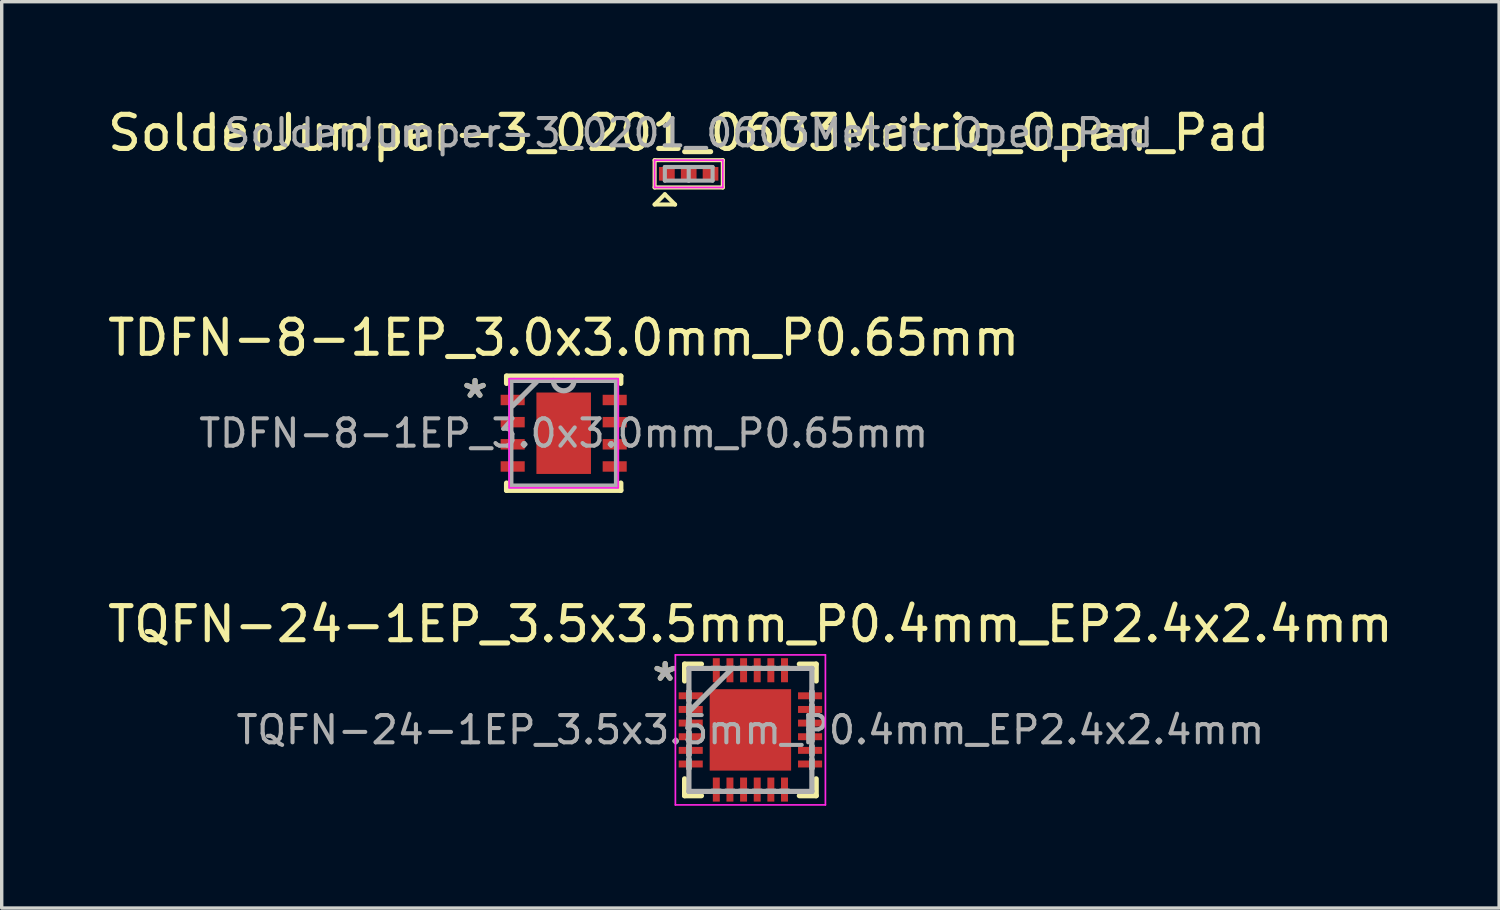
<source format=kicad_pcb>
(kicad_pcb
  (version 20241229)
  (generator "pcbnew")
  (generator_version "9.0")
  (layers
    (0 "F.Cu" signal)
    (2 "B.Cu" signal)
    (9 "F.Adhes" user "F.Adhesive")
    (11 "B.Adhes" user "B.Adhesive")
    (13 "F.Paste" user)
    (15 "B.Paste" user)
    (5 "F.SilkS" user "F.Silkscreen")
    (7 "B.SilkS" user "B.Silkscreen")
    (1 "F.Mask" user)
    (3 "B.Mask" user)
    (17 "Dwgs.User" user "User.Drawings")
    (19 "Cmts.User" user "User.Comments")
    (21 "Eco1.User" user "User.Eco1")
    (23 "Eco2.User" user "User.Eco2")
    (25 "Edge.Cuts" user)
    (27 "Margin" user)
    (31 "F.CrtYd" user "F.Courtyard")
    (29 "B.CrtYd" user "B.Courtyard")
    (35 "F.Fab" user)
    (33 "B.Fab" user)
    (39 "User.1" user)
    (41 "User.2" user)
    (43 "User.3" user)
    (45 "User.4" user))
  (footprint "SolderJumper-3_0201_0603Metric_Open_Pad"
    (layer "F.Cu")
    (at 17.149 2.048)
    (property "Reference" "SolderJumper-3_0201_0603Metric_Open_Pad" (at 0 -1.2 0) (layer "F.SilkS") (effects (font (size 1 1) (thickness 0.15))))
    (attr smd)
    (fp_line (start -1 -0.4) (end 1 -0.4) (stroke (width 0.12) (type solid)) (layer "F.SilkS"))
    (fp_line (start -1 0.4) (end -1 -0.4) (stroke (width 0.12) (type solid)) (layer "F.SilkS"))
    (fp_line (start -1 0.9) (end -0.4 0.9) (stroke (width 0.12) (type solid)) (layer "F.SilkS"))
    (fp_line (start -0.7 0.6) (end -1 0.9) (stroke (width 0.12) (type solid)) (layer "F.SilkS"))
    (fp_line (start -0.7 0.6) (end -0.4 0.9) (stroke (width 0.12) (type solid)) (layer "F.SilkS"))
    (fp_line (start 1 -0.4) (end 1 0.4) (stroke (width 0.12) (type solid)) (layer "F.SilkS"))
    (fp_line (start 1 0.4) (end -1 0.4) (stroke (width 0.12) (type solid)) (layer "F.SilkS"))
    (fp_line (start -1 -0.4) (end -1 0.4) (stroke (width 0.05) (type solid)) (layer "F.CrtYd"))
    (fp_line (start -1 -0.4) (end 1 -0.4) (stroke (width 0.05) (type solid)) (layer "F.CrtYd"))
    (fp_line (start 1 0.4) (end -1 0.4) (stroke (width 0.05) (type solid)) (layer "F.CrtYd"))
    (fp_line (start 1 0.4) (end 1 -0.4) (stroke (width 0.05) (type solid)) (layer "F.CrtYd"))
    (fp_line (start -0.7 -0.2) (end -0.7 0.2) (stroke (width 0.12) (type solid)) (layer "F.Fab"))
    (fp_line (start -0.7 0.2) (end 0 0.2) (stroke (width 0.12) (type solid)) (layer "F.Fab"))
    (fp_line (start 0 -0.2) (end -0.7 -0.2) (stroke (width 0.12) (type solid)) (layer "F.Fab"))
    (fp_line (start 0 -0.2) (end 0.7 -0.2) (stroke (width 0.12) (type solid)) (layer "F.Fab"))
    (fp_line (start 0 0.2) (end 0 -0.2) (stroke (width 0.12) (type solid)) (layer "F.Fab"))
    (fp_line (start 0.7 -0.2) (end 0.7 0.2) (stroke (width 0.12) (type solid)) (layer "F.Fab"))
    (fp_line (start 0.7 0.2) (end 0 0.2) (stroke (width 0.12) (type solid)) (layer "F.Fab"))
    (fp_text user "${REFERENCE}" (at 0 -1.2 0) (layer "F.Fab") (effects (font (size 0.8 0.8) (thickness 0.12))))
    (pad "1" smd rect (at -0.64 0) (size 0.46 0.4) (layers "F.Cu" "F.Mask" "F.Paste"))
    (pad "2" smd rect (at 0 0) (size 0.46 0.4) (layers "F.Cu" "F.Mask" "F.Paste"))
    (pad "3" smd rect (at 0.64 0) (size 0.46 0.4) (layers "F.Cu" "F.Mask" "F.Paste")))
  (footprint "TQFN-24-1EP_3.5x3.5mm_P0.4mm_EP2.4x2.4mm"
    (layer "F.Cu")
    (at 18.958 18.357)
    (property "Reference" "TQFN-24-1EP_3.5x3.5mm_P0.4mm_EP2.4x2.4mm" (at 0 -3.1 0) (layer "F.SilkS") (effects (font (size 1 1) (thickness 0.15))))
    (attr smd)
    (fp_line (start -1.93 -1.93) (end -1.93 -1.435) (stroke (width 0.152) (type solid)) (layer "F.SilkS"))
    (fp_line (start -1.93 1.435) (end -1.93 1.93) (stroke (width 0.152) (type solid)) (layer "F.SilkS"))
    (fp_line (start -1.93 1.93) (end -1.435 1.93) (stroke (width 0.152) (type solid)) (layer "F.SilkS"))
    (fp_line (start -1.435 -1.93) (end -1.93 -1.93) (stroke (width 0.152) (type solid)) (layer "F.SilkS"))
    (fp_line (start 1.435 1.93) (end 1.93 1.93) (stroke (width 0.152) (type solid)) (layer "F.SilkS"))
    (fp_line (start 1.93 -1.93) (end 1.435 -1.93) (stroke (width 0.152) (type solid)) (layer "F.SilkS"))
    (fp_line (start 1.93 -1.435) (end 1.93 -1.93) (stroke (width 0.152) (type solid)) (layer "F.SilkS"))
    (fp_line (start 1.93 1.93) (end 1.93 1.435) (stroke (width 0.152) (type solid)) (layer "F.SilkS"))
    (fp_line (start -2.2 -2.2) (end 2.2 -2.2) (stroke (width 0.05) (type solid)) (layer "F.CrtYd"))
    (fp_line (start -2.2 2.2) (end -2.2 -2.2) (stroke (width 0.05) (type solid)) (layer "F.CrtYd"))
    (fp_line (start 2.2 -2.2) (end 2.2 2.2) (stroke (width 0.05) (type solid)) (layer "F.CrtYd"))
    (fp_line (start 2.2 2.2) (end -2.2 2.2) (stroke (width 0.05) (type solid)) (layer "F.CrtYd"))
    (fp_line (start -1.803 -1.803) (end -1.803 -1.803) (stroke (width 0.152) (type solid)) (layer "F.Fab"))
    (fp_line (start -1.803 -1.803) (end -1.803 1.803) (stroke (width 0.152) (type solid)) (layer "F.Fab"))
    (fp_line (start -1.803 -1.127) (end -1.803 -1.127) (stroke (width 0.152) (type solid)) (layer "F.Fab"))
    (fp_line (start -1.803 -1.127) (end -1.803 -0.873) (stroke (width 0.152) (type solid)) (layer "F.Fab"))
    (fp_line (start -1.803 -0.873) (end -1.803 -1.127) (stroke (width 0.152) (type solid)) (layer "F.Fab"))
    (fp_line (start -1.803 -0.873) (end -1.803 -0.873) (stroke (width 0.152) (type solid)) (layer "F.Fab"))
    (fp_line (start -1.803 -0.727) (end -1.803 -0.727) (stroke (width 0.152) (type solid)) (layer "F.Fab"))
    (fp_line (start -1.803 -0.727) (end -1.803 -0.473) (stroke (width 0.152) (type solid)) (layer "F.Fab"))
    (fp_line (start -1.803 -0.533) (end -0.533 -1.803) (stroke (width 0.152) (type solid)) (layer "F.Fab"))
    (fp_line (start -1.803 -0.473) (end -1.803 -0.727) (stroke (width 0.152) (type solid)) (layer "F.Fab"))
    (fp_line (start -1.803 -0.473) (end -1.803 -0.473) (stroke (width 0.152) (type solid)) (layer "F.Fab"))
    (fp_line (start -1.803 -0.327) (end -1.803 -0.327) (stroke (width 0.152) (type solid)) (layer "F.Fab"))
    (fp_line (start -1.803 -0.327) (end -1.803 -0.073) (stroke (width 0.152) (type solid)) (layer "F.Fab"))
    (fp_line (start -1.803 -0.073) (end -1.803 -0.327) (stroke (width 0.152) (type solid)) (layer "F.Fab"))
    (fp_line (start -1.803 -0.073) (end -1.803 -0.073) (stroke (width 0.152) (type solid)) (layer "F.Fab"))
    (fp_line (start -1.803 0.073) (end -1.803 0.073) (stroke (width 0.152) (type solid)) (layer "F.Fab"))
    (fp_line (start -1.803 0.073) (end -1.803 0.327) (stroke (width 0.152) (type solid)) (layer "F.Fab"))
    (fp_line (start -1.803 0.327) (end -1.803 0.073) (stroke (width 0.152) (type solid)) (layer "F.Fab"))
    (fp_line (start -1.803 0.327) (end -1.803 0.327) (stroke (width 0.152) (type solid)) (layer "F.Fab"))
    (fp_line (start -1.803 0.473) (end -1.803 0.473) (stroke (width 0.152) (type solid)) (layer "F.Fab"))
    (fp_line (start -1.803 0.473) (end -1.803 0.727) (stroke (width 0.152) (type solid)) (layer "F.Fab"))
    (fp_line (start -1.803 0.727) (end -1.803 0.473) (stroke (width 0.152) (type solid)) (layer "F.Fab"))
    (fp_line (start -1.803 0.727) (end -1.803 0.727) (stroke (width 0.152) (type solid)) (layer "F.Fab"))
    (fp_line (start -1.803 0.873) (end -1.803 0.873) (stroke (width 0.152) (type solid)) (layer "F.Fab"))
    (fp_line (start -1.803 0.873) (end -1.803 1.127) (stroke (width 0.152) (type solid)) (layer "F.Fab"))
    (fp_line (start -1.803 1.127) (end -1.803 0.873) (stroke (width 0.152) (type solid)) (layer "F.Fab"))
    (fp_line (start -1.803 1.127) (end -1.803 1.127) (stroke (width 0.152) (type solid)) (layer "F.Fab"))
    (fp_line (start -1.803 1.803) (end -1.803 1.803) (stroke (width 0.152) (type solid)) (layer "F.Fab"))
    (fp_line (start -1.803 1.803) (end 1.803 1.803) (stroke (width 0.152) (type solid)) (layer "F.Fab"))
    (fp_line (start -1.127 -1.803) (end -1.127 -1.803) (stroke (width 0.152) (type solid)) (layer "F.Fab"))
    (fp_line (start -1.127 -1.803) (end -0.873 -1.803) (stroke (width 0.152) (type solid)) (layer "F.Fab"))
    (fp_line (start -1.127 1.803) (end -1.127 1.803) (stroke (width 0.152) (type solid)) (layer "F.Fab"))
    (fp_line (start -1.127 1.803) (end -0.873 1.803) (stroke (width 0.152) (type solid)) (layer "F.Fab"))
    (fp_line (start -0.873 -1.803) (end -1.127 -1.803) (stroke (width 0.152) (type solid)) (layer "F.Fab"))
    (fp_line (start -0.873 -1.803) (end -0.873 -1.803) (stroke (width 0.152) (type solid)) (layer "F.Fab"))
    (fp_line (start -0.873 1.803) (end -1.127 1.803) (stroke (width 0.152) (type solid)) (layer "F.Fab"))
    (fp_line (start -0.873 1.803) (end -0.873 1.803) (stroke (width 0.152) (type solid)) (layer "F.Fab"))
    (fp_line (start -0.727 -1.803) (end -0.727 -1.803) (stroke (width 0.152) (type solid)) (layer "F.Fab"))
    (fp_line (start -0.727 -1.803) (end -0.473 -1.803) (stroke (width 0.152) (type solid)) (layer "F.Fab"))
    (fp_line (start -0.727 1.803) (end -0.727 1.803) (stroke (width 0.152) (type solid)) (layer "F.Fab"))
    (fp_line (start -0.727 1.803) (end -0.473 1.803) (stroke (width 0.152) (type solid)) (layer "F.Fab"))
    (fp_line (start -0.473 -1.803) (end -0.727 -1.803) (stroke (width 0.152) (type solid)) (layer "F.Fab"))
    (fp_line (start -0.473 -1.803) (end -0.473 -1.803) (stroke (width 0.152) (type solid)) (layer "F.Fab"))
    (fp_line (start -0.473 1.803) (end -0.727 1.803) (stroke (width 0.152) (type solid)) (layer "F.Fab"))
    (fp_line (start -0.473 1.803) (end -0.473 1.803) (stroke (width 0.152) (type solid)) (layer "F.Fab"))
    (fp_line (start -0.327 -1.803) (end -0.327 -1.803) (stroke (width 0.152) (type solid)) (layer "F.Fab"))
    (fp_line (start -0.327 -1.803) (end -0.073 -1.803) (stroke (width 0.152) (type solid)) (layer "F.Fab"))
    (fp_line (start -0.327 1.803) (end -0.327 1.803) (stroke (width 0.152) (type solid)) (layer "F.Fab"))
    (fp_line (start -0.327 1.803) (end -0.073 1.803) (stroke (width 0.152) (type solid)) (layer "F.Fab"))
    (fp_line (start -0.073 -1.803) (end -0.327 -1.803) (stroke (width 0.152) (type solid)) (layer "F.Fab"))
    (fp_line (start -0.073 -1.803) (end -0.073 -1.803) (stroke (width 0.152) (type solid)) (layer "F.Fab"))
    (fp_line (start -0.073 1.803) (end -0.327 1.803) (stroke (width 0.152) (type solid)) (layer "F.Fab"))
    (fp_line (start -0.073 1.803) (end -0.073 1.803) (stroke (width 0.152) (type solid)) (layer "F.Fab"))
    (fp_line (start 0.073 -1.803) (end 0.073 -1.803) (stroke (width 0.152) (type solid)) (layer "F.Fab"))
    (fp_line (start 0.073 -1.803) (end 0.327 -1.803) (stroke (width 0.152) (type solid)) (layer "F.Fab"))
    (fp_line (start 0.073 1.803) (end 0.073 1.803) (stroke (width 0.152) (type solid)) (layer "F.Fab"))
    (fp_line (start 0.073 1.803) (end 0.327 1.803) (stroke (width 0.152) (type solid)) (layer "F.Fab"))
    (fp_line (start 0.327 -1.803) (end 0.073 -1.803) (stroke (width 0.152) (type solid)) (layer "F.Fab"))
    (fp_line (start 0.327 -1.803) (end 0.327 -1.803) (stroke (width 0.152) (type solid)) (layer "F.Fab"))
    (fp_line (start 0.327 1.803) (end 0.073 1.803) (stroke (width 0.152) (type solid)) (layer "F.Fab"))
    (fp_line (start 0.327 1.803) (end 0.327 1.803) (stroke (width 0.152) (type solid)) (layer "F.Fab"))
    (fp_line (start 0.473 -1.803) (end 0.473 -1.803) (stroke (width 0.152) (type solid)) (layer "F.Fab"))
    (fp_line (start 0.473 -1.803) (end 0.727 -1.803) (stroke (width 0.152) (type solid)) (layer "F.Fab"))
    (fp_line (start 0.473 1.803) (end 0.473 1.803) (stroke (width 0.152) (type solid)) (layer "F.Fab"))
    (fp_line (start 0.473 1.803) (end 0.727 1.803) (stroke (width 0.152) (type solid)) (layer "F.Fab"))
    (fp_line (start 0.727 -1.803) (end 0.473 -1.803) (stroke (width 0.152) (type solid)) (layer "F.Fab"))
    (fp_line (start 0.727 -1.803) (end 0.727 -1.803) (stroke (width 0.152) (type solid)) (layer "F.Fab"))
    (fp_line (start 0.727 1.803) (end 0.473 1.803) (stroke (width 0.152) (type solid)) (layer "F.Fab"))
    (fp_line (start 0.727 1.803) (end 0.727 1.803) (stroke (width 0.152) (type solid)) (layer "F.Fab"))
    (fp_line (start 0.873 -1.803) (end 0.873 -1.803) (stroke (width 0.152) (type solid)) (layer "F.Fab"))
    (fp_line (start 0.873 -1.803) (end 1.127 -1.803) (stroke (width 0.152) (type solid)) (layer "F.Fab"))
    (fp_line (start 0.873 1.803) (end 0.873 1.803) (stroke (width 0.152) (type solid)) (layer "F.Fab"))
    (fp_line (start 0.873 1.803) (end 1.127 1.803) (stroke (width 0.152) (type solid)) (layer "F.Fab"))
    (fp_line (start 1.127 -1.803) (end 0.873 -1.803) (stroke (width 0.152) (type solid)) (layer "F.Fab"))
    (fp_line (start 1.127 -1.803) (end 1.127 -1.803) (stroke (width 0.152) (type solid)) (layer "F.Fab"))
    (fp_line (start 1.127 1.803) (end 0.873 1.803) (stroke (width 0.152) (type solid)) (layer "F.Fab"))
    (fp_line (start 1.127 1.803) (end 1.127 1.803) (stroke (width 0.152) (type solid)) (layer "F.Fab"))
    (fp_line (start 1.803 -1.803) (end -1.803 -1.803) (stroke (width 0.152) (type solid)) (layer "F.Fab"))
    (fp_line (start 1.803 -1.803) (end 1.803 -1.803) (stroke (width 0.152) (type solid)) (layer "F.Fab"))
    (fp_line (start 1.803 -1.127) (end 1.803 -1.127) (stroke (width 0.152) (type solid)) (layer "F.Fab"))
    (fp_line (start 1.803 -1.127) (end 1.803 -0.873) (stroke (width 0.152) (type solid)) (layer "F.Fab"))
    (fp_line (start 1.803 -0.873) (end 1.803 -1.127) (stroke (width 0.152) (type solid)) (layer "F.Fab"))
    (fp_line (start 1.803 -0.873) (end 1.803 -0.873) (stroke (width 0.152) (type solid)) (layer "F.Fab"))
    (fp_line (start 1.803 -0.727) (end 1.803 -0.727) (stroke (width 0.152) (type solid)) (layer "F.Fab"))
    (fp_line (start 1.803 -0.727) (end 1.803 -0.473) (stroke (width 0.152) (type solid)) (layer "F.Fab"))
    (fp_line (start 1.803 -0.473) (end 1.803 -0.727) (stroke (width 0.152) (type solid)) (layer "F.Fab"))
    (fp_line (start 1.803 -0.473) (end 1.803 -0.473) (stroke (width 0.152) (type solid)) (layer "F.Fab"))
    (fp_line (start 1.803 -0.327) (end 1.803 -0.327) (stroke (width 0.152) (type solid)) (layer "F.Fab"))
    (fp_line (start 1.803 -0.327) (end 1.803 -0.073) (stroke (width 0.152) (type solid)) (layer "F.Fab"))
    (fp_line (start 1.803 -0.073) (end 1.803 -0.327) (stroke (width 0.152) (type solid)) (layer "F.Fab"))
    (fp_line (start 1.803 -0.073) (end 1.803 -0.073) (stroke (width 0.152) (type solid)) (layer "F.Fab"))
    (fp_line (start 1.803 0.073) (end 1.803 0.073) (stroke (width 0.152) (type solid)) (layer "F.Fab"))
    (fp_line (start 1.803 0.073) (end 1.803 0.327) (stroke (width 0.152) (type solid)) (layer "F.Fab"))
    (fp_line (start 1.803 0.327) (end 1.803 0.073) (stroke (width 0.152) (type solid)) (layer "F.Fab"))
    (fp_line (start 1.803 0.327) (end 1.803 0.327) (stroke (width 0.152) (type solid)) (layer "F.Fab"))
    (fp_line (start 1.803 0.473) (end 1.803 0.473) (stroke (width 0.152) (type solid)) (layer "F.Fab"))
    (fp_line (start 1.803 0.473) (end 1.803 0.727) (stroke (width 0.152) (type solid)) (layer "F.Fab"))
    (fp_line (start 1.803 0.727) (end 1.803 0.473) (stroke (width 0.152) (type solid)) (layer "F.Fab"))
    (fp_line (start 1.803 0.727) (end 1.803 0.727) (stroke (width 0.152) (type solid)) (layer "F.Fab"))
    (fp_line (start 1.803 0.873) (end 1.803 0.873) (stroke (width 0.152) (type solid)) (layer "F.Fab"))
    (fp_line (start 1.803 0.873) (end 1.803 1.127) (stroke (width 0.152) (type solid)) (layer "F.Fab"))
    (fp_line (start 1.803 1.127) (end 1.803 0.873) (stroke (width 0.152) (type solid)) (layer "F.Fab"))
    (fp_line (start 1.803 1.127) (end 1.803 1.127) (stroke (width 0.152) (type solid)) (layer "F.Fab"))
    (fp_line (start 1.803 1.803) (end 1.803 -1.803) (stroke (width 0.152) (type solid)) (layer "F.Fab"))
    (fp_line (start 1.803 1.803) (end 1.803 1.803) (stroke (width 0.152) (type solid)) (layer "F.Fab"))
    (fp_text user "*" (at -2.5 -1.4 0) (layer "F.SilkS") (effects (font (size 1 1) (thickness 0.15))))
    (fp_text user "${REFERENCE}" (at 0 0 0) (layer "F.Fab") (effects (font (size 0.8 0.8) (thickness 0.12))))
    (fp_text user "*" (at -2.5 -1.4 0) (layer "F.Fab") (effects (font (size 1 1) (thickness 0.15))))
    (pad "1" smd rect (at -1.75 -1 90) (size 0.204 0.706) (layers "F.Cu" "F.Mask" "F.Paste"))
    (pad "2" smd rect (at -1.75 -0.6 90) (size 0.204 0.706) (layers "F.Cu" "F.Mask" "F.Paste"))
    (pad "3" smd rect (at -1.75 -0.2 90) (size 0.204 0.706) (layers "F.Cu" "F.Mask" "F.Paste"))
    (pad "4" smd rect (at -1.75 0.2 90) (size 0.204 0.706) (layers "F.Cu" "F.Mask" "F.Paste"))
    (pad "5" smd rect (at -1.75 0.6 90) (size 0.204 0.706) (layers "F.Cu" "F.Mask" "F.Paste"))
    (pad "6" smd rect (at -1.75 1 90) (size 0.204 0.706) (layers "F.Cu" "F.Mask" "F.Paste"))
    (pad "7" smd rect (at -1 1.75) (size 0.204 0.706) (layers "F.Cu" "F.Mask" "F.Paste"))
    (pad "8" smd rect (at -0.6 1.75) (size 0.204 0.706) (layers "F.Cu" "F.Mask" "F.Paste"))
    (pad "9" smd rect (at -0.2 1.75) (size 0.204 0.706) (layers "F.Cu" "F.Mask" "F.Paste"))
    (pad "10" smd rect (at 0.2 1.75) (size 0.204 0.706) (layers "F.Cu" "F.Mask" "F.Paste"))
    (pad "11" smd rect (at 0.6 1.75) (size 0.204 0.706) (layers "F.Cu" "F.Mask" "F.Paste"))
    (pad "12" smd rect (at 1 1.75) (size 0.204 0.706) (layers "F.Cu" "F.Mask" "F.Paste"))
    (pad "13" smd rect (at 1.75 1 90) (size 0.204 0.706) (layers "F.Cu" "F.Mask" "F.Paste"))
    (pad "14" smd rect (at 1.75 0.6 90) (size 0.204 0.706) (layers "F.Cu" "F.Mask" "F.Paste"))
    (pad "15" smd rect (at 1.75 0.2 90) (size 0.204 0.706) (layers "F.Cu" "F.Mask" "F.Paste"))
    (pad "16" smd rect (at 1.75 -0.2 90) (size 0.204 0.706) (layers "F.Cu" "F.Mask" "F.Paste"))
    (pad "17" smd rect (at 1.75 -0.6 90) (size 0.204 0.706) (layers "F.Cu" "F.Mask" "F.Paste"))
    (pad "18" smd rect (at 1.75 -1 90) (size 0.204 0.706) (layers "F.Cu" "F.Mask" "F.Paste"))
    (pad "19" smd rect (at 1 -1.75) (size 0.204 0.706) (layers "F.Cu" "F.Mask" "F.Paste"))
    (pad "20" smd rect (at 0.6 -1.75) (size 0.204 0.706) (layers "F.Cu" "F.Mask" "F.Paste"))
    (pad "21" smd rect (at 0.2 -1.75) (size 0.204 0.706) (layers "F.Cu" "F.Mask" "F.Paste"))
    (pad "22" smd rect (at -0.2 -1.75) (size 0.204 0.706) (layers "F.Cu" "F.Mask" "F.Paste"))
    (pad "23" smd rect (at -0.6 -1.75) (size 0.204 0.706) (layers "F.Cu" "F.Mask" "F.Paste"))
    (pad "24" smd rect (at -1 -1.75) (size 0.204 0.706) (layers "F.Cu" "F.Mask" "F.Paste"))
    (pad "25" smd rect (at 0 0) (size 2.388 2.388) (layers "F.Cu" "F.Mask" "F.Paste")))
  (footprint "TDFN-8-1EP_3.0x3.0mm_P0.65mm"
    (layer "F.Cu")
    (at 13.482 9.656)
    (property "Reference" "TDFN-8-1EP_3.0x3.0mm_P0.65mm" (at 0 -2.8 0) (layer "F.SilkS") (effects (font (size 1 1) (thickness 0.15))))
    (attr smd)
    (fp_line (start -1.676 -1.676) (end -1.676 -1.461) (stroke (width 0.152) (type solid)) (layer "F.SilkS"))
    (fp_line (start -1.676 1.461) (end -1.676 1.676) (stroke (width 0.152) (type solid)) (layer "F.SilkS"))
    (fp_line (start -1.676 1.676) (end 1.676 1.676) (stroke (width 0.152) (type solid)) (layer "F.SilkS"))
    (fp_line (start 1.676 -1.676) (end -1.676 -1.676) (stroke (width 0.152) (type solid)) (layer "F.SilkS"))
    (fp_line (start 1.676 -1.461) (end 1.676 -1.676) (stroke (width 0.152) (type solid)) (layer "F.SilkS"))
    (fp_line (start 1.676 1.676) (end 1.676 1.461) (stroke (width 0.152) (type solid)) (layer "F.SilkS"))
    (fp_line (start -1.6 -1.6) (end 1.6 -1.6) (stroke (width 0.05) (type solid)) (layer "F.CrtYd"))
    (fp_line (start -1.6 1.6) (end -1.6 -1.6) (stroke (width 0.05) (type solid)) (layer "F.CrtYd"))
    (fp_line (start 1.6 -1.6) (end 1.6 1.6) (stroke (width 0.05) (type solid)) (layer "F.CrtYd"))
    (fp_line (start 1.6 1.6) (end -1.6 1.6) (stroke (width 0.05) (type solid)) (layer "F.CrtYd"))
    (fp_line (start -1.549 -1.549) (end -1.549 1.549) (stroke (width 0.152) (type solid)) (layer "F.Fab"))
    (fp_line (start -1.549 1.549) (end 1.549 1.549) (stroke (width 0.152) (type solid)) (layer "F.Fab"))
    (fp_line (start -1.5 -0.8) (end -0.8 -1.5) (stroke (width 0.15) (type solid)) (layer "F.Fab"))
    (fp_line (start 1.549 -1.549) (end -1.549 -1.549) (stroke (width 0.152) (type solid)) (layer "F.Fab"))
    (fp_line (start 1.549 1.549) (end 1.549 -1.549) (stroke (width 0.152) (type solid)) (layer "F.Fab"))
    (fp_arc (start 0.3048 -1.5494) (mid 0 -1.2446) (end -0.3048 -1.5494) (stroke (width 0.1524) (type solid)) (layer "F.Fab"))
    (fp_text user "*" (at -2.6 -1 0) (layer "F.SilkS") (effects (font (size 1 1) (thickness 0.15))))
    (fp_text user "*" (at -2.6 -1 0) (layer "F.Fab") (effects (font (size 1 1) (thickness 0.15))))
    (fp_text user "${REFERENCE}" (at 0 0 0) (layer "F.Fab") (effects (font (size 0.8 0.8) (thickness 0.12))))
    (pad "1" smd rect (at -1.496 -0.975) (size 0.706 0.306) (layers "F.Cu" "F.Mask" "F.Paste"))
    (pad "2" smd rect (at -1.496 -0.325) (size 0.706 0.306) (layers "F.Cu" "F.Mask" "F.Paste"))
    (pad "3" smd rect (at -1.496 0.325) (size 0.706 0.306) (layers "F.Cu" "F.Mask" "F.Paste"))
    (pad "4" smd rect (at -1.496 0.975) (size 0.706 0.306) (layers "F.Cu" "F.Mask" "F.Paste"))
    (pad "5" smd rect (at 1.496 0.975) (size 0.706 0.306) (layers "F.Cu" "F.Mask" "F.Paste"))
    (pad "6" smd rect (at 1.496 0.325) (size 0.706 0.306) (layers "F.Cu" "F.Mask" "F.Paste"))
    (pad "7" smd rect (at 1.496 -0.325) (size 0.706 0.306) (layers "F.Cu" "F.Mask" "F.Paste"))
    (pad "8" smd rect (at 1.496 -0.975) (size 0.706 0.306) (layers "F.Cu" "F.Mask" "F.Paste"))
    (pad "9" smd rect (at 0 0) (size 1.6 2.388) (layers "F.Cu" "F.Mask" "F.Paste")))
  (gr_rect
    (start -3 -3)
    (end 40.917 23.582)
    (stroke (width 0.1) (type default))
    (fill no)
    (layer "Edge.Cuts")))
</source>
